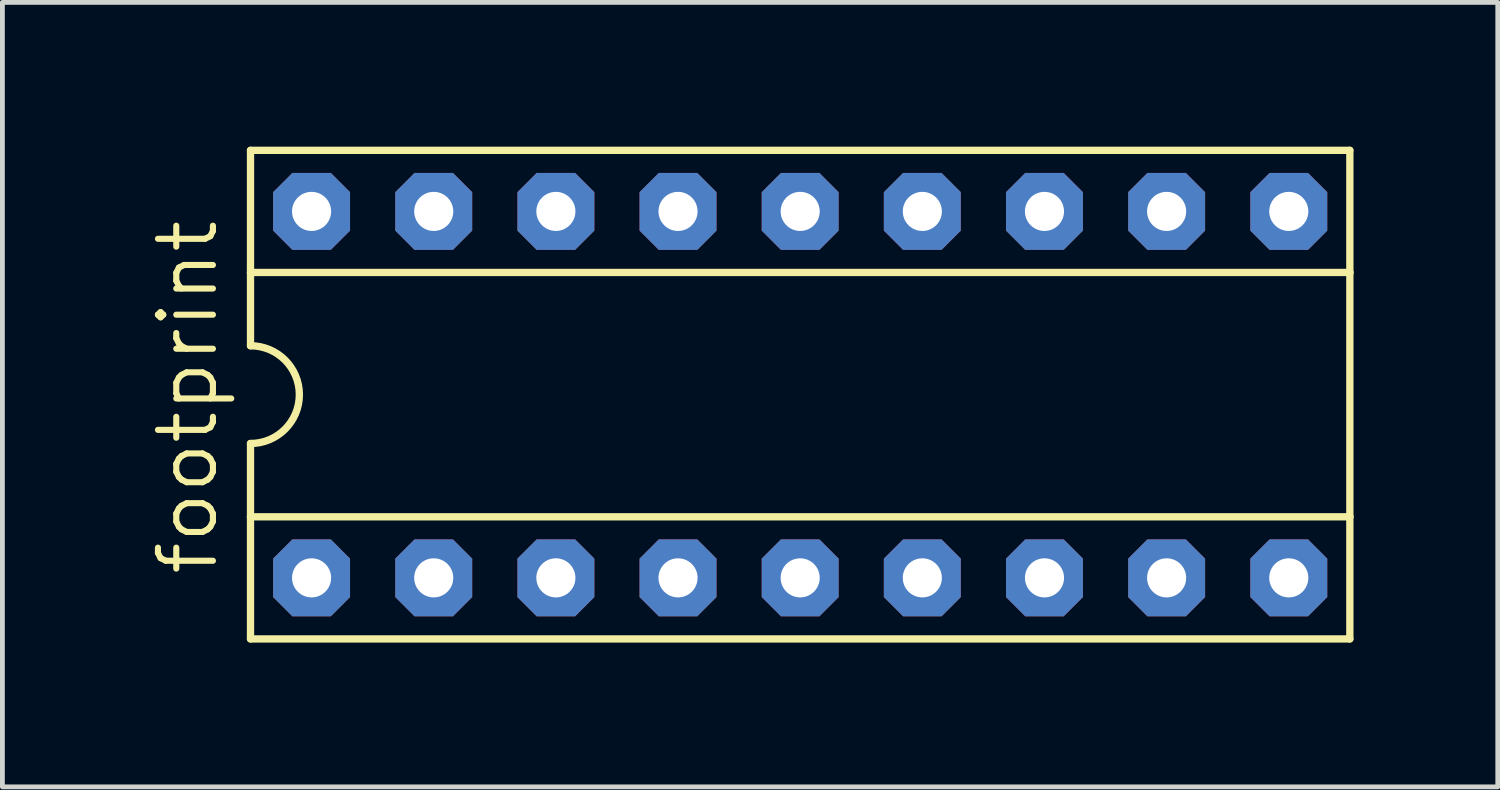
<source format=kicad_pcb>
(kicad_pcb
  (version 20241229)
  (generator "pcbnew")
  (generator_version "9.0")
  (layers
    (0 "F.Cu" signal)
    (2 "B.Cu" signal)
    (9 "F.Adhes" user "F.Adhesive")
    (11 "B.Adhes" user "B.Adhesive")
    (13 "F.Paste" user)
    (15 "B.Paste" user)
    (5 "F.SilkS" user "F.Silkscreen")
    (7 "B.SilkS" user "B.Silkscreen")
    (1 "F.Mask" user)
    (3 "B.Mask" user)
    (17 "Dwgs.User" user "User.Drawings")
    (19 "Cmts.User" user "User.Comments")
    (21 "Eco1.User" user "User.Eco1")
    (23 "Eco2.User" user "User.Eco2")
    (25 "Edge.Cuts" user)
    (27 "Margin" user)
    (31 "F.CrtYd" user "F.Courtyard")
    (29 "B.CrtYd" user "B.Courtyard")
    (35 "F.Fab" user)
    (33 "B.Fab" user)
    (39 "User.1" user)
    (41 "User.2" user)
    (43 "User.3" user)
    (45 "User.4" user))
  (footprint "footprint"
    (layer "F.Cu")
    (at 13.589 5.156)
    (property "Reference" "footprint" (at -12.065 3.81 90) (layer "F.SilkS") (effects (font (size 1.143 1.143) (thickness 0.127)) (justify left bottom)))
    (fp_line (start -11.43 -5.08) (end -11.43 -2.54) (stroke (width 0.152) (type solid)) (layer "F.SilkS"))
    (fp_line (start -11.43 -2.54) (end -11.43 -1.016) (stroke (width 0.152) (type solid)) (layer "F.SilkS"))
    (fp_line (start -11.43 -2.54) (end 11.43 -2.54) (stroke (width 0.152) (type solid)) (layer "F.SilkS"))
    (fp_line (start -11.43 2.54) (end -11.43 1.016) (stroke (width 0.152) (type solid)) (layer "F.SilkS"))
    (fp_line (start -11.43 2.54) (end 11.43 2.54) (stroke (width 0.152) (type solid)) (layer "F.SilkS"))
    (fp_line (start -11.43 5.08) (end -11.43 2.54) (stroke (width 0.152) (type solid)) (layer "F.SilkS"))
    (fp_line (start -11.43 5.08) (end 11.43 5.08) (stroke (width 0.152) (type solid)) (layer "F.SilkS"))
    (fp_line (start 11.43 -5.08) (end -11.43 -5.08) (stroke (width 0.152) (type solid)) (layer "F.SilkS"))
    (fp_line (start 11.43 -5.08) (end 11.43 -2.54) (stroke (width 0.152) (type solid)) (layer "F.SilkS"))
    (fp_line (start 11.43 -2.54) (end 11.43 2.54) (stroke (width 0.152) (type solid)) (layer "F.SilkS"))
    (fp_line (start 11.43 2.54) (end 11.43 5.08) (stroke (width 0.152) (type solid)) (layer "F.SilkS"))
    (fp_arc (start -11.43 -1.016) (mid -10.414 0) (end -11.43 1.016) (stroke (width 0.1524) (type solid)) (layer "F.SilkS"))
    (pad "1" thru_hole roundrect (at -10.16 3.81) (size 1.6 1.6) (drill 0.813) (layers "*.Cu" "*.Mask") (roundrect_rratio 0.25) (chamfer_ratio 0.25) (chamfer top_left top_right bottom_left bottom_right))
    (pad "2" thru_hole roundrect (at -7.62 3.81) (size 1.6 1.6) (drill 0.813) (layers "*.Cu" "*.Mask") (roundrect_rratio 0.25) (chamfer_ratio 0.25) (chamfer top_left top_right bottom_left bottom_right))
    (pad "3" thru_hole roundrect (at -5.08 3.81) (size 1.6 1.6) (drill 0.813) (layers "*.Cu" "*.Mask") (roundrect_rratio 0.25) (chamfer_ratio 0.25) (chamfer top_left top_right bottom_left bottom_right))
    (pad "4" thru_hole roundrect (at -2.54 3.81) (size 1.6 1.6) (drill 0.813) (layers "*.Cu" "*.Mask") (roundrect_rratio 0.25) (chamfer_ratio 0.25) (chamfer top_left top_right bottom_left bottom_right))
    (pad "5" thru_hole roundrect (at 0 3.81) (size 1.6 1.6) (drill 0.813) (layers "*.Cu" "*.Mask") (roundrect_rratio 0.25) (chamfer_ratio 0.25) (chamfer top_left top_right bottom_left bottom_right))
    (pad "6" thru_hole roundrect (at 2.54 3.81) (size 1.6 1.6) (drill 0.813) (layers "*.Cu" "*.Mask") (roundrect_rratio 0.25) (chamfer_ratio 0.25) (chamfer top_left top_right bottom_left bottom_right))
    (pad "7" thru_hole roundrect (at 5.08 3.81) (size 1.6 1.6) (drill 0.813) (layers "*.Cu" "*.Mask") (roundrect_rratio 0.25) (chamfer_ratio 0.25) (chamfer top_left top_right bottom_left bottom_right))
    (pad "8" thru_hole roundrect (at 7.62 3.81) (size 1.6 1.6) (drill 0.813) (layers "*.Cu" "*.Mask") (roundrect_rratio 0.25) (chamfer_ratio 0.25) (chamfer top_left top_right bottom_left bottom_right))
    (pad "9" thru_hole roundrect (at 10.16 3.81) (size 1.6 1.6) (drill 0.813) (layers "*.Cu" "*.Mask") (roundrect_rratio 0.25) (chamfer_ratio 0.25) (chamfer top_left top_right bottom_left bottom_right))
    (pad "10" thru_hole roundrect (at 10.16 -3.81) (size 1.6 1.6) (drill 0.813) (layers "*.Cu" "*.Mask") (roundrect_rratio 0.25) (chamfer_ratio 0.25) (chamfer top_left top_right bottom_left bottom_right))
    (pad "11" thru_hole roundrect (at 7.62 -3.81) (size 1.6 1.6) (drill 0.813) (layers "*.Cu" "*.Mask") (roundrect_rratio 0.25) (chamfer_ratio 0.25) (chamfer top_left top_right bottom_left bottom_right))
    (pad "12" thru_hole roundrect (at 5.08 -3.81) (size 1.6 1.6) (drill 0.813) (layers "*.Cu" "*.Mask") (roundrect_rratio 0.25) (chamfer_ratio 0.25) (chamfer top_left top_right bottom_left bottom_right))
    (pad "13" thru_hole roundrect (at 2.54 -3.81) (size 1.6 1.6) (drill 0.813) (layers "*.Cu" "*.Mask") (roundrect_rratio 0.25) (chamfer_ratio 0.25) (chamfer top_left top_right bottom_left bottom_right))
    (pad "14" thru_hole roundrect (at 0 -3.81) (size 1.6 1.6) (drill 0.813) (layers "*.Cu" "*.Mask") (roundrect_rratio 0.25) (chamfer_ratio 0.25) (chamfer top_left top_right bottom_left bottom_right))
    (pad "15" thru_hole roundrect (at -2.54 -3.81) (size 1.6 1.6) (drill 0.813) (layers "*.Cu" "*.Mask") (roundrect_rratio 0.25) (chamfer_ratio 0.25) (chamfer top_left top_right bottom_left bottom_right))
    (pad "16" thru_hole roundrect (at -5.08 -3.81) (size 1.6 1.6) (drill 0.813) (layers "*.Cu" "*.Mask") (roundrect_rratio 0.25) (chamfer_ratio 0.25) (chamfer top_left top_right bottom_left bottom_right))
    (pad "17" thru_hole roundrect (at -7.62 -3.81) (size 1.6 1.6) (drill 0.813) (layers "*.Cu" "*.Mask") (roundrect_rratio 0.25) (chamfer_ratio 0.25) (chamfer top_left top_right bottom_left bottom_right))
    (pad "18" thru_hole roundrect (at -10.16 -3.81) (size 1.6 1.6) (drill 0.813) (layers "*.Cu" "*.Mask") (roundrect_rratio 0.25) (chamfer_ratio 0.25) (chamfer top_left top_right bottom_left bottom_right)))
  (gr_rect
    (start -3 -3)
    (end 28.095 13.312)
    (stroke (width 0.1) (type default))
    (fill no)
    (layer "Edge.Cuts")))
</source>
